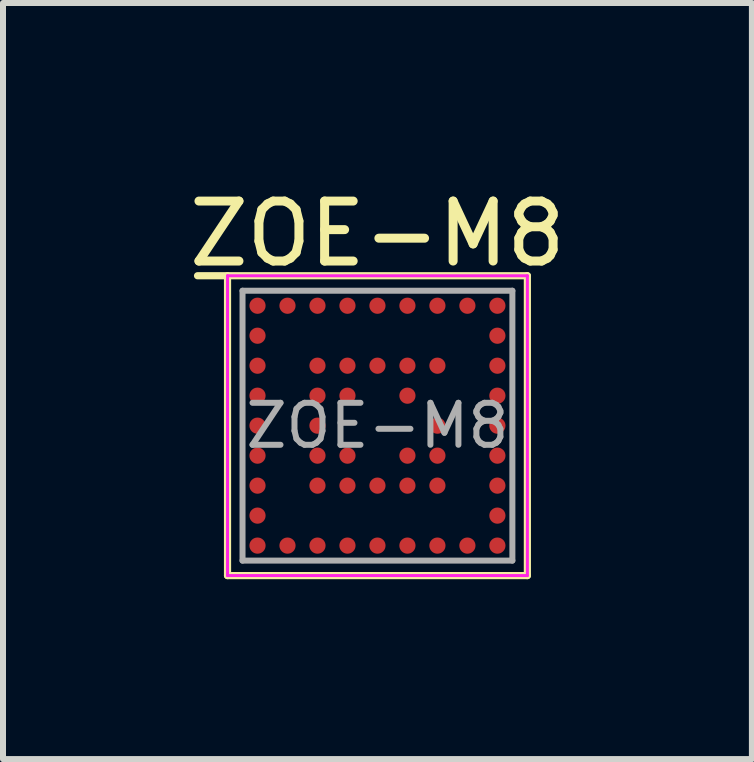
<source format=kicad_pcb>
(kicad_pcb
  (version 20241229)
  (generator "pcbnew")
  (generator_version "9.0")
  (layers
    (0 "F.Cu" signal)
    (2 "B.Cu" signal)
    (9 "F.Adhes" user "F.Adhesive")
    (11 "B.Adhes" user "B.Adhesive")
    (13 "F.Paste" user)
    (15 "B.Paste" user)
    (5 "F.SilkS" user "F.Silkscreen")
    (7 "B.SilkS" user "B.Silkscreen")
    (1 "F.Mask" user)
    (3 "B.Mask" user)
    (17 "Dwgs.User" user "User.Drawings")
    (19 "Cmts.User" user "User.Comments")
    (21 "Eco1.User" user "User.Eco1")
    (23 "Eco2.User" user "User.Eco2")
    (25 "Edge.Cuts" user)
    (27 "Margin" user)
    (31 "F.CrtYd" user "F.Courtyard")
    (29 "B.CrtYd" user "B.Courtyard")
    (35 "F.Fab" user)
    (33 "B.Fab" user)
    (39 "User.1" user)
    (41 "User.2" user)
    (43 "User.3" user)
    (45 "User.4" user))
  (footprint "ZOE-M8"
    (layer "F.Cu")
    (at 3.244 4.048)
    (property "Reference" "ZOE-M8" (at 0 -3.2 0) (layer "F.SilkS") (effects (font (size 1 1) (thickness 0.15))))
    (attr smd)
    (fp_line (start -3 -2.5) (end 2.5 -2.5) (stroke (width 0.12) (type solid)) (layer "F.SilkS"))
    (fp_line (start -2.5 2.5) (end -2.5 -2.5) (stroke (width 0.12) (type solid)) (layer "F.SilkS"))
    (fp_line (start -2.5 2.5) (end 2.5 2.5) (stroke (width 0.12) (type solid)) (layer "F.SilkS"))
    (fp_line (start 2.5 -2.5) (end 2.5 2.5) (stroke (width 0.12) (type solid)) (layer "F.SilkS"))
    (fp_line (start -2.5 -2.5) (end -2.5 2.5) (stroke (width 0.05) (type solid)) (layer "F.CrtYd"))
    (fp_line (start -2.5 2.5) (end 2.5 2.5) (stroke (width 0.05) (type solid)) (layer "F.CrtYd"))
    (fp_line (start 2.5 -2.5) (end -2.5 -2.5) (stroke (width 0.05) (type solid)) (layer "F.CrtYd"))
    (fp_line (start 2.5 2.5) (end 2.5 -2.5) (stroke (width 0.05) (type solid)) (layer "F.CrtYd"))
    (fp_line (start -2.25 -2.25) (end -2.25 2.25) (stroke (width 0.1) (type solid)) (layer "F.Fab"))
    (fp_line (start -2.25 2.25) (end 2.25 2.25) (stroke (width 0.1) (type solid)) (layer "F.Fab"))
    (fp_line (start 2.25 -2.25) (end -2.25 -2.25) (stroke (width 0.1) (type solid)) (layer "F.Fab"))
    (fp_line (start 2.25 2.25) (end 2.25 -2.25) (stroke (width 0.1) (type solid)) (layer "F.Fab"))
    (fp_text user "${REFERENCE}" (at 0 0 0) (layer "F.Fab") (effects (font (size 0.7 0.7) (thickness 0.1))))
    (pad "P$2E1" smd circle (at -2 0 180) (size 0.27 0.27) (layers "F.Cu" "F.Mask" "F.Paste"))
    (pad "P$A1" smd circle (at -2 -2 180) (size 0.27 0.27) (layers "F.Cu" "F.Mask" "F.Paste"))
    (pad "P$A2" smd circle (at -1.5 -2 180) (size 0.27 0.27) (layers "F.Cu" "F.Mask" "F.Paste"))
    (pad "P$A3" smd circle (at -1 -2 180) (size 0.27 0.27) (layers "F.Cu" "F.Mask" "F.Paste"))
    (pad "P$A4" smd circle (at -0.5 -2 180) (size 0.27 0.27) (layers "F.Cu" "F.Mask" "F.Paste"))
    (pad "P$A5" smd circle (at 0 -2) (size 0.27 0.27) (layers "F.Cu" "F.Mask" "F.Paste"))
    (pad "P$A6" smd circle (at 0.5 -2 90) (size 0.27 0.27) (layers "F.Cu" "F.Mask" "F.Paste"))
    (pad "P$A7" smd circle (at 1 -2 90) (size 0.27 0.27) (layers "F.Cu" "F.Mask" "F.Paste"))
    (pad "P$A8" smd circle (at 1.5 -2 180) (size 0.27 0.27) (layers "F.Cu" "F.Mask" "F.Paste"))
    (pad "P$A9" smd circle (at 2 -2 180) (size 0.27 0.27) (layers "F.Cu" "F.Mask" "F.Paste"))
    (pad "P$B1" smd circle (at -2 -1.5 180) (size 0.27 0.27) (layers "F.Cu" "F.Mask" "F.Paste"))
    (pad "P$B9" smd circle (at 2 -1.5 180) (size 0.27 0.27) (layers "F.Cu" "F.Mask" "F.Paste"))
    (pad "P$C1" smd circle (at -2 -1 180) (size 0.27 0.27) (layers "F.Cu" "F.Mask" "F.Paste"))
    (pad "P$C3" smd circle (at -1 -1 180) (size 0.27 0.27) (layers "F.Cu" "F.Mask" "F.Paste"))
    (pad "P$C4" smd circle (at -0.5 -1 180) (size 0.27 0.27) (layers "F.Cu" "F.Mask" "F.Paste"))
    (pad "P$C5" smd circle (at 0 -1 180) (size 0.27 0.27) (layers "F.Cu" "F.Mask" "F.Paste"))
    (pad "P$C6" smd circle (at 0.5 -1 180) (size 0.27 0.27) (layers "F.Cu" "F.Mask" "F.Paste"))
    (pad "P$C7" smd circle (at 1 -1 180) (size 0.27 0.27) (layers "F.Cu" "F.Mask" "F.Paste"))
    (pad "P$C9" smd circle (at 2 -1 180) (size 0.27 0.27) (layers "F.Cu" "F.Mask" "F.Paste"))
    (pad "P$D1" smd circle (at -2 -0.5 180) (size 0.27 0.27) (layers "F.Cu" "F.Mask" "F.Paste"))
    (pad "P$D3" smd circle (at -1 -0.5 180) (size 0.27 0.27) (layers "F.Cu" "F.Mask" "F.Paste"))
    (pad "P$D4" smd circle (at -0.5 -0.5 180) (size 0.27 0.27) (layers "F.Cu" "F.Mask" "F.Paste"))
    (pad "P$D6" smd circle (at 0.5 -0.5 180) (size 0.27 0.27) (layers "F.Cu" "F.Mask" "F.Paste"))
    (pad "P$D9" smd circle (at 2 -0.5 180) (size 0.27 0.27) (layers "F.Cu" "F.Mask" "F.Paste"))
    (pad "P$E3" smd circle (at -1 0 180) (size 0.27 0.27) (layers "F.Cu" "F.Mask" "F.Paste"))
    (pad "P$E7" smd circle (at 1 0 180) (size 0.27 0.27) (layers "F.Cu" "F.Mask" "F.Paste"))
    (pad "P$E9" smd circle (at 2 0 180) (size 0.27 0.27) (layers "F.Cu" "F.Mask" "F.Paste"))
    (pad "P$F1" smd circle (at -2 0.5 180) (size 0.27 0.27) (layers "F.Cu" "F.Mask" "F.Paste"))
    (pad "P$F3" smd circle (at -1 0.5 180) (size 0.27 0.27) (layers "F.Cu" "F.Mask" "F.Paste"))
    (pad "P$F4" smd circle (at -0.5 0.5 180) (size 0.27 0.27) (layers "F.Cu" "F.Mask" "F.Paste"))
    (pad "P$F6" smd circle (at 0.5 0.5 180) (size 0.27 0.27) (layers "F.Cu" "F.Mask" "F.Paste"))
    (pad "P$F7" smd circle (at 1 0.5 180) (size 0.27 0.27) (layers "F.Cu" "F.Mask" "F.Paste"))
    (pad "P$F9" smd circle (at 2 0.5 180) (size 0.27 0.27) (layers "F.Cu" "F.Mask" "F.Paste"))
    (pad "P$G1" smd circle (at -2 1 180) (size 0.27 0.27) (layers "F.Cu" "F.Mask" "F.Paste"))
    (pad "P$G3" smd circle (at -1 1 180) (size 0.27 0.27) (layers "F.Cu" "F.Mask" "F.Paste"))
    (pad "P$G4" smd circle (at -0.5 1 180) (size 0.27 0.27) (layers "F.Cu" "F.Mask" "F.Paste"))
    (pad "P$G5" smd circle (at 0 1 180) (size 0.27 0.27) (layers "F.Cu" "F.Mask" "F.Paste"))
    (pad "P$G6" smd circle (at 0.5 1 180) (size 0.27 0.27) (layers "F.Cu" "F.Mask" "F.Paste"))
    (pad "P$G7" smd circle (at 1 1 180) (size 0.27 0.27) (layers "F.Cu" "F.Mask" "F.Paste"))
    (pad "P$G9" smd circle (at 2 1 180) (size 0.27 0.27) (layers "F.Cu" "F.Mask" "F.Paste"))
    (pad "P$H1" smd circle (at -2 1.5 180) (size 0.27 0.27) (layers "F.Cu" "F.Mask" "F.Paste"))
    (pad "P$H9" smd circle (at 2 1.5 180) (size 0.27 0.27) (layers "F.Cu" "F.Mask" "F.Paste"))
    (pad "P$J1" smd circle (at -2 2 180) (size 0.27 0.27) (layers "F.Cu" "F.Mask" "F.Paste"))
    (pad "P$J2" smd circle (at -1.5 2 180) (size 0.27 0.27) (layers "F.Cu" "F.Mask" "F.Paste"))
    (pad "P$J3" smd circle (at -1 2 180) (size 0.27 0.27) (layers "F.Cu" "F.Mask" "F.Paste"))
    (pad "P$J4" smd circle (at -0.5 2 180) (size 0.27 0.27) (layers "F.Cu" "F.Mask" "F.Paste"))
    (pad "P$J5" smd circle (at 0 2 180) (size 0.27 0.27) (layers "F.Cu" "F.Mask" "F.Paste"))
    (pad "P$J6" smd circle (at 0.5 2 180) (size 0.27 0.27) (layers "F.Cu" "F.Mask" "F.Paste"))
    (pad "P$J7" smd circle (at 1 2 180) (size 0.27 0.27) (layers "F.Cu" "F.Mask" "F.Paste"))
    (pad "P$J8" smd circle (at 1.5 2 180) (size 0.27 0.27) (layers "F.Cu" "F.Mask" "F.Paste"))
    (pad "P$J9" smd circle (at 2 2 180) (size 0.27 0.27) (layers "F.Cu" "F.Mask" "F.Paste")))
  (gr_rect
    (start -3 -3)
    (end 9.488 9.608)
    (stroke (width 0.1) (type default))
    (fill no)
    (layer "Edge.Cuts")))
</source>
